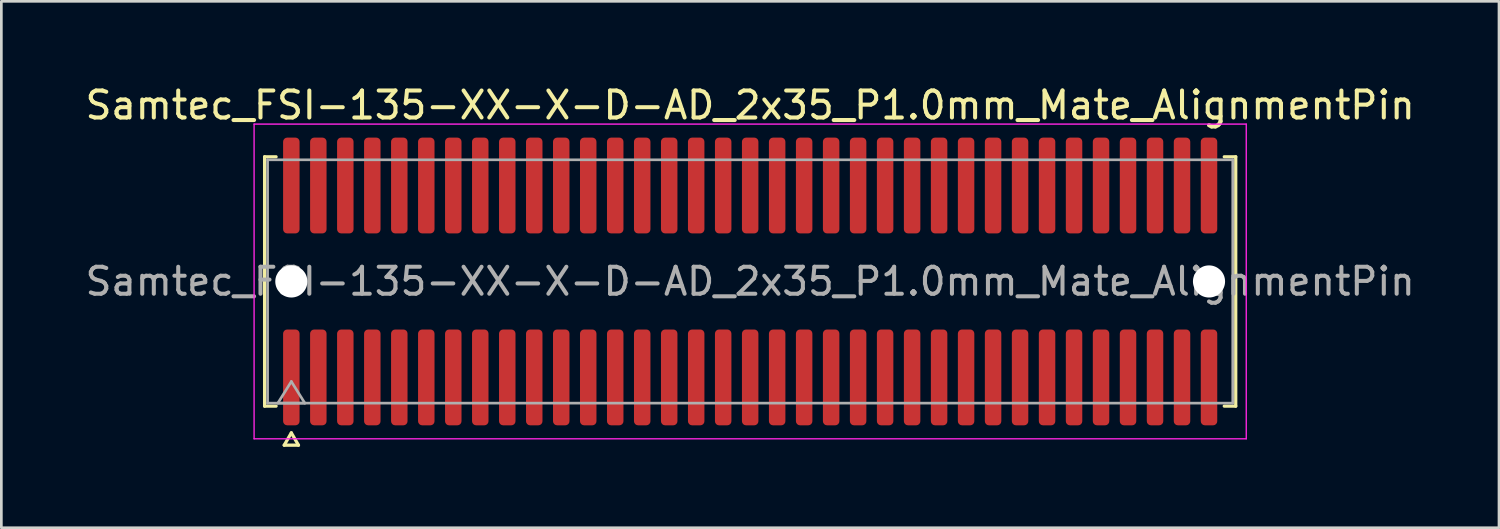
<source format=kicad_pcb>
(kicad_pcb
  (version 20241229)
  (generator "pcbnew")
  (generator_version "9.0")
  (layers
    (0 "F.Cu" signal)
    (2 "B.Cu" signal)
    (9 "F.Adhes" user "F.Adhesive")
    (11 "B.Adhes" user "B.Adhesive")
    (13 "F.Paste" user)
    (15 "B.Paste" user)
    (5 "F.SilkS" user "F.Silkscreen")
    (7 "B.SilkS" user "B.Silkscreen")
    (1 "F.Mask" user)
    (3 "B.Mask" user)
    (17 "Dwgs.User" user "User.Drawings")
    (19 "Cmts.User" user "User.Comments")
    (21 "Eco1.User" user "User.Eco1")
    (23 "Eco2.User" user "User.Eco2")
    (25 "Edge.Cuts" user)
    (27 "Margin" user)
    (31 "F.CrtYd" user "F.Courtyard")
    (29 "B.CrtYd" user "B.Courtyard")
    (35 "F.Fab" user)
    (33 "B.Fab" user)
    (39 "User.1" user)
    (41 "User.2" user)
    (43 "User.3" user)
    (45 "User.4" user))
  (footprint "Samtec_FSI-135-XX-X-D-AD_2x35_P1.0mm_Mate_AlignmentPin"
    (layer "F.Cu")
    (at 24.744 7.378)
    (property "Reference" "Samtec_FSI-135-XX-X-D-AD_2x35_P1.0mm_Mate_AlignmentPin" (at 0 -6.53 0) (layer "F.SilkS") (effects (font (size 1 1) (thickness 0.15))))
    (attr smd exclude_from_pos_files exclude_from_bom)
    (fp_line (start -17.99 -4.619) (end -17.565 -4.619) (stroke (width 0.12) (type solid)) (layer "F.SilkS"))
    (fp_line (start -17.99 4.619) (end -17.99 -4.619) (stroke (width 0.12) (type solid)) (layer "F.SilkS"))
    (fp_line (start -17.565 4.619) (end -17.99 4.619) (stroke (width 0.12) (type solid)) (layer "F.SilkS"))
    (fp_line (start -17.264 6.066) (end -17 5.609) (stroke (width 0.12) (type solid)) (layer "F.SilkS"))
    (fp_line (start -17 5.609) (end -16.736 6.066) (stroke (width 0.12) (type solid)) (layer "F.SilkS"))
    (fp_line (start -16.736 6.066) (end -17.264 6.066) (stroke (width 0.12) (type solid)) (layer "F.SilkS"))
    (fp_line (start 17.565 -4.619) (end 17.99 -4.619) (stroke (width 0.12) (type solid)) (layer "F.SilkS"))
    (fp_line (start 17.99 -4.619) (end 17.99 4.619) (stroke (width 0.12) (type solid)) (layer "F.SilkS"))
    (fp_line (start 17.99 4.619) (end 17.565 4.619) (stroke (width 0.12) (type solid)) (layer "F.SilkS"))
    (fp_line (start -18.38 -5.83) (end -18.38 5.83) (stroke (width 0.05) (type solid)) (layer "F.CrtYd"))
    (fp_line (start -18.38 5.83) (end 18.38 5.83) (stroke (width 0.05) (type solid)) (layer "F.CrtYd"))
    (fp_line (start 18.38 -5.83) (end -18.38 -5.83) (stroke (width 0.05) (type solid)) (layer "F.CrtYd"))
    (fp_line (start 18.38 5.83) (end 18.38 -5.83) (stroke (width 0.05) (type solid)) (layer "F.CrtYd"))
    (fp_line (start -17.88 -4.508) (end 17.88 -4.508) (stroke (width 0.1) (type solid)) (layer "F.Fab"))
    (fp_line (start -17.88 4.508) (end -17.88 -4.508) (stroke (width 0.1) (type solid)) (layer "F.Fab"))
    (fp_line (start -17.5 4.508) (end -17 3.708) (stroke (width 0.1) (type solid)) (layer "F.Fab"))
    (fp_line (start -17 3.708) (end -16.5 4.508) (stroke (width 0.1) (type solid)) (layer "F.Fab"))
    (fp_line (start -16.5 4.508) (end -17.5 4.508) (stroke (width 0.1) (type solid)) (layer "F.Fab"))
    (fp_line (start 17.88 -4.508) (end 17.88 4.508) (stroke (width 0.1) (type solid)) (layer "F.Fab"))
    (fp_line (start 17.88 4.508) (end -17.88 4.508) (stroke (width 0.1) (type solid)) (layer "F.Fab"))
    (fp_text user "${REFERENCE}" (at 0 0 0) (layer "F.Fab") (effects (font (size 1 1) (thickness 0.15))))
    (pad "" np_thru_hole circle (at -17 0) (size 1.19 1.19) (drill 1.19) (layers "*.Cu" "*.Mask"))
    (pad "" np_thru_hole circle (at 17 0) (size 1.19 1.19) (drill 1.19) (layers "*.Cu" "*.Mask"))
    (pad "1" smd roundrect (at -17 3.555) (size 0.61 3.55) (layers "F.Cu" "F.Mask") (roundrect_rratio 0.25))
    (pad "2" smd roundrect (at -17 -3.555) (size 0.61 3.55) (layers "F.Cu" "F.Mask") (roundrect_rratio 0.25))
    (pad "3" smd roundrect (at -16 3.555) (size 0.61 3.55) (layers "F.Cu" "F.Mask") (roundrect_rratio 0.25))
    (pad "4" smd roundrect (at -16 -3.555) (size 0.61 3.55) (layers "F.Cu" "F.Mask") (roundrect_rratio 0.25))
    (pad "5" smd roundrect (at -15 3.555) (size 0.61 3.55) (layers "F.Cu" "F.Mask") (roundrect_rratio 0.25))
    (pad "6" smd roundrect (at -15 -3.555) (size 0.61 3.55) (layers "F.Cu" "F.Mask") (roundrect_rratio 0.25))
    (pad "7" smd roundrect (at -14 3.555) (size 0.61 3.55) (layers "F.Cu" "F.Mask") (roundrect_rratio 0.25))
    (pad "8" smd roundrect (at -14 -3.555) (size 0.61 3.55) (layers "F.Cu" "F.Mask") (roundrect_rratio 0.25))
    (pad "9" smd roundrect (at -13 3.555) (size 0.61 3.55) (layers "F.Cu" "F.Mask") (roundrect_rratio 0.25))
    (pad "10" smd roundrect (at -13 -3.555) (size 0.61 3.55) (layers "F.Cu" "F.Mask") (roundrect_rratio 0.25))
    (pad "11" smd roundrect (at -12 3.555) (size 0.61 3.55) (layers "F.Cu" "F.Mask") (roundrect_rratio 0.25))
    (pad "12" smd roundrect (at -12 -3.555) (size 0.61 3.55) (layers "F.Cu" "F.Mask") (roundrect_rratio 0.25))
    (pad "13" smd roundrect (at -11 3.555) (size 0.61 3.55) (layers "F.Cu" "F.Mask") (roundrect_rratio 0.25))
    (pad "14" smd roundrect (at -11 -3.555) (size 0.61 3.55) (layers "F.Cu" "F.Mask") (roundrect_rratio 0.25))
    (pad "15" smd roundrect (at -10 3.555) (size 0.61 3.55) (layers "F.Cu" "F.Mask") (roundrect_rratio 0.25))
    (pad "16" smd roundrect (at -10 -3.555) (size 0.61 3.55) (layers "F.Cu" "F.Mask") (roundrect_rratio 0.25))
    (pad "17" smd roundrect (at -9 3.555) (size 0.61 3.55) (layers "F.Cu" "F.Mask") (roundrect_rratio 0.25))
    (pad "18" smd roundrect (at -9 -3.555) (size 0.61 3.55) (layers "F.Cu" "F.Mask") (roundrect_rratio 0.25))
    (pad "19" smd roundrect (at -8 3.555) (size 0.61 3.55) (layers "F.Cu" "F.Mask") (roundrect_rratio 0.25))
    (pad "20" smd roundrect (at -8 -3.555) (size 0.61 3.55) (layers "F.Cu" "F.Mask") (roundrect_rratio 0.25))
    (pad "21" smd roundrect (at -7 3.555) (size 0.61 3.55) (layers "F.Cu" "F.Mask") (roundrect_rratio 0.25))
    (pad "22" smd roundrect (at -7 -3.555) (size 0.61 3.55) (layers "F.Cu" "F.Mask") (roundrect_rratio 0.25))
    (pad "23" smd roundrect (at -6 3.555) (size 0.61 3.55) (layers "F.Cu" "F.Mask") (roundrect_rratio 0.25))
    (pad "24" smd roundrect (at -6 -3.555) (size 0.61 3.55) (layers "F.Cu" "F.Mask") (roundrect_rratio 0.25))
    (pad "25" smd roundrect (at -5 3.555) (size 0.61 3.55) (layers "F.Cu" "F.Mask") (roundrect_rratio 0.25))
    (pad "26" smd roundrect (at -5 -3.555) (size 0.61 3.55) (layers "F.Cu" "F.Mask") (roundrect_rratio 0.25))
    (pad "27" smd roundrect (at -4 3.555) (size 0.61 3.55) (layers "F.Cu" "F.Mask") (roundrect_rratio 0.25))
    (pad "28" smd roundrect (at -4 -3.555) (size 0.61 3.55) (layers "F.Cu" "F.Mask") (roundrect_rratio 0.25))
    (pad "29" smd roundrect (at -3 3.555) (size 0.61 3.55) (layers "F.Cu" "F.Mask") (roundrect_rratio 0.25))
    (pad "30" smd roundrect (at -3 -3.555) (size 0.61 3.55) (layers "F.Cu" "F.Mask") (roundrect_rratio 0.25))
    (pad "31" smd roundrect (at -2 3.555) (size 0.61 3.55) (layers "F.Cu" "F.Mask") (roundrect_rratio 0.25))
    (pad "32" smd roundrect (at -2 -3.555) (size 0.61 3.55) (layers "F.Cu" "F.Mask") (roundrect_rratio 0.25))
    (pad "33" smd roundrect (at -1 3.555) (size 0.61 3.55) (layers "F.Cu" "F.Mask") (roundrect_rratio 0.25))
    (pad "34" smd roundrect (at -1 -3.555) (size 0.61 3.55) (layers "F.Cu" "F.Mask") (roundrect_rratio 0.25))
    (pad "35" smd roundrect (at 0 3.555) (size 0.61 3.55) (layers "F.Cu" "F.Mask") (roundrect_rratio 0.25))
    (pad "36" smd roundrect (at 0 -3.555) (size 0.61 3.55) (layers "F.Cu" "F.Mask") (roundrect_rratio 0.25))
    (pad "37" smd roundrect (at 1 3.555) (size 0.61 3.55) (layers "F.Cu" "F.Mask") (roundrect_rratio 0.25))
    (pad "38" smd roundrect (at 1 -3.555) (size 0.61 3.55) (layers "F.Cu" "F.Mask") (roundrect_rratio 0.25))
    (pad "39" smd roundrect (at 2 3.555) (size 0.61 3.55) (layers "F.Cu" "F.Mask") (roundrect_rratio 0.25))
    (pad "40" smd roundrect (at 2 -3.555) (size 0.61 3.55) (layers "F.Cu" "F.Mask") (roundrect_rratio 0.25))
    (pad "41" smd roundrect (at 3 3.555) (size 0.61 3.55) (layers "F.Cu" "F.Mask") (roundrect_rratio 0.25))
    (pad "42" smd roundrect (at 3 -3.555) (size 0.61 3.55) (layers "F.Cu" "F.Mask") (roundrect_rratio 0.25))
    (pad "43" smd roundrect (at 4 3.555) (size 0.61 3.55) (layers "F.Cu" "F.Mask") (roundrect_rratio 0.25))
    (pad "44" smd roundrect (at 4 -3.555) (size 0.61 3.55) (layers "F.Cu" "F.Mask") (roundrect_rratio 0.25))
    (pad "45" smd roundrect (at 5 3.555) (size 0.61 3.55) (layers "F.Cu" "F.Mask") (roundrect_rratio 0.25))
    (pad "46" smd roundrect (at 5 -3.555) (size 0.61 3.55) (layers "F.Cu" "F.Mask") (roundrect_rratio 0.25))
    (pad "47" smd roundrect (at 6 3.555) (size 0.61 3.55) (layers "F.Cu" "F.Mask") (roundrect_rratio 0.25))
    (pad "48" smd roundrect (at 6 -3.555) (size 0.61 3.55) (layers "F.Cu" "F.Mask") (roundrect_rratio 0.25))
    (pad "49" smd roundrect (at 7 3.555) (size 0.61 3.55) (layers "F.Cu" "F.Mask") (roundrect_rratio 0.25))
    (pad "50" smd roundrect (at 7 -3.555) (size 0.61 3.55) (layers "F.Cu" "F.Mask") (roundrect_rratio 0.25))
    (pad "51" smd roundrect (at 8 3.555) (size 0.61 3.55) (layers "F.Cu" "F.Mask") (roundrect_rratio 0.25))
    (pad "52" smd roundrect (at 8 -3.555) (size 0.61 3.55) (layers "F.Cu" "F.Mask") (roundrect_rratio 0.25))
    (pad "53" smd roundrect (at 9 3.555) (size 0.61 3.55) (layers "F.Cu" "F.Mask") (roundrect_rratio 0.25))
    (pad "54" smd roundrect (at 9 -3.555) (size 0.61 3.55) (layers "F.Cu" "F.Mask") (roundrect_rratio 0.25))
    (pad "55" smd roundrect (at 10 3.555) (size 0.61 3.55) (layers "F.Cu" "F.Mask") (roundrect_rratio 0.25))
    (pad "56" smd roundrect (at 10 -3.555) (size 0.61 3.55) (layers "F.Cu" "F.Mask") (roundrect_rratio 0.25))
    (pad "57" smd roundrect (at 11 3.555) (size 0.61 3.55) (layers "F.Cu" "F.Mask") (roundrect_rratio 0.25))
    (pad "58" smd roundrect (at 11 -3.555) (size 0.61 3.55) (layers "F.Cu" "F.Mask") (roundrect_rratio 0.25))
    (pad "59" smd roundrect (at 12 3.555) (size 0.61 3.55) (layers "F.Cu" "F.Mask") (roundrect_rratio 0.25))
    (pad "60" smd roundrect (at 12 -3.555) (size 0.61 3.55) (layers "F.Cu" "F.Mask") (roundrect_rratio 0.25))
    (pad "61" smd roundrect (at 13 3.555) (size 0.61 3.55) (layers "F.Cu" "F.Mask") (roundrect_rratio 0.25))
    (pad "62" smd roundrect (at 13 -3.555) (size 0.61 3.55) (layers "F.Cu" "F.Mask") (roundrect_rratio 0.25))
    (pad "63" smd roundrect (at 14 3.555) (size 0.61 3.55) (layers "F.Cu" "F.Mask") (roundrect_rratio 0.25))
    (pad "64" smd roundrect (at 14 -3.555) (size 0.61 3.55) (layers "F.Cu" "F.Mask") (roundrect_rratio 0.25))
    (pad "65" smd roundrect (at 15 3.555) (size 0.61 3.55) (layers "F.Cu" "F.Mask") (roundrect_rratio 0.25))
    (pad "66" smd roundrect (at 15 -3.555) (size 0.61 3.55) (layers "F.Cu" "F.Mask") (roundrect_rratio 0.25))
    (pad "67" smd roundrect (at 16 3.555) (size 0.61 3.55) (layers "F.Cu" "F.Mask") (roundrect_rratio 0.25))
    (pad "68" smd roundrect (at 16 -3.555) (size 0.61 3.55) (layers "F.Cu" "F.Mask") (roundrect_rratio 0.25))
    (pad "69" smd roundrect (at 17 3.555) (size 0.61 3.55) (layers "F.Cu" "F.Mask") (roundrect_rratio 0.25))
    (pad "70" smd roundrect (at 17 -3.555) (size 0.61 3.55) (layers "F.Cu" "F.Mask") (roundrect_rratio 0.25)))
  (gr_rect
    (start -3 -3)
    (end 52.488 16.504)
    (stroke (width 0.1) (type default))
    (fill no)
    (layer "Edge.Cuts")))
</source>
